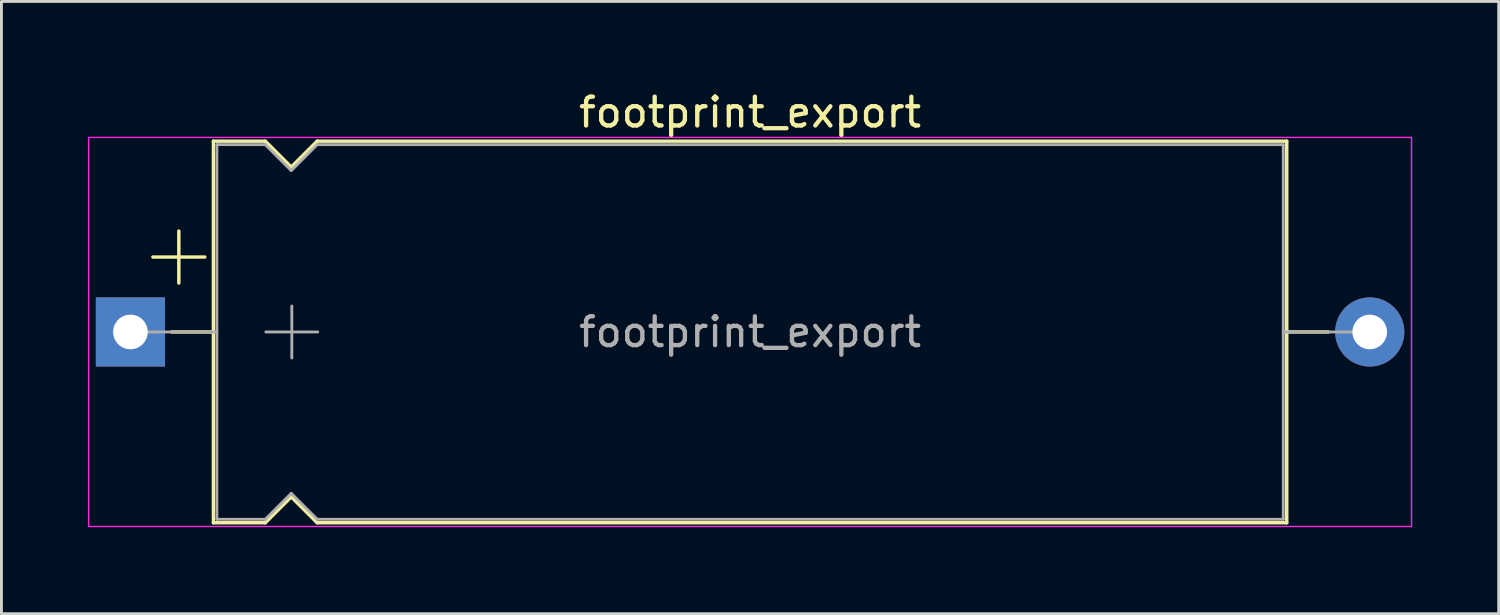
<source format=kicad_pcb>
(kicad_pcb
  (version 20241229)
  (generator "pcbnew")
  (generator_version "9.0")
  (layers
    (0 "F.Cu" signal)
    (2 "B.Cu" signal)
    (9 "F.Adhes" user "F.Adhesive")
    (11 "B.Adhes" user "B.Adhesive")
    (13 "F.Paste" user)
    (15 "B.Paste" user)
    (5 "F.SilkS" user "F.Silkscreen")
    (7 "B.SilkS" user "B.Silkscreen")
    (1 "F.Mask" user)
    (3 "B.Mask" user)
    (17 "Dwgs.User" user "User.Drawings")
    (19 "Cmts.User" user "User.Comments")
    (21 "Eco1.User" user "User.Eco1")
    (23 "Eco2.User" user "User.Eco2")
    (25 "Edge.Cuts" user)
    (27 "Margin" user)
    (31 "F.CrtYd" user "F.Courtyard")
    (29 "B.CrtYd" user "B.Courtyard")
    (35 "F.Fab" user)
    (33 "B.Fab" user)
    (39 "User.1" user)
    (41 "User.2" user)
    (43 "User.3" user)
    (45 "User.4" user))
  (footprint "footprint_export"
    (layer "F.Cu")
    (at 1.475 8.468)
    (property "Reference" "footprint_export" (at 21.5 -7.62 0) (layer "F.SilkS") (effects (font (size 1 1) (thickness 0.15))))
    (attr through_hole)
    (fp_line (start 0.78 -2.6) (end 2.58 -2.6) (stroke (width 0.12) (type solid)) (layer "F.SilkS"))
    (fp_line (start 1.44 0) (end 2.88 0) (stroke (width 0.12) (type solid)) (layer "F.SilkS"))
    (fp_line (start 1.68 -3.5) (end 1.68 -1.7) (stroke (width 0.12) (type solid)) (layer "F.SilkS"))
    (fp_line (start 2.88 -6.62) (end 2.88 6.62) (stroke (width 0.12) (type solid)) (layer "F.SilkS"))
    (fp_line (start 2.88 -6.62) (end 4.68 -6.62) (stroke (width 0.12) (type solid)) (layer "F.SilkS"))
    (fp_line (start 2.88 6.62) (end 4.68 6.62) (stroke (width 0.12) (type solid)) (layer "F.SilkS"))
    (fp_line (start 4.68 -6.62) (end 5.58 -5.72) (stroke (width 0.12) (type solid)) (layer "F.SilkS"))
    (fp_line (start 4.68 6.62) (end 5.58 5.72) (stroke (width 0.12) (type solid)) (layer "F.SilkS"))
    (fp_line (start 5.58 -5.72) (end 6.48 -6.62) (stroke (width 0.12) (type solid)) (layer "F.SilkS"))
    (fp_line (start 5.58 5.72) (end 6.48 6.62) (stroke (width 0.12) (type solid)) (layer "F.SilkS"))
    (fp_line (start 6.48 -6.62) (end 40.12 -6.62) (stroke (width 0.12) (type solid)) (layer "F.SilkS"))
    (fp_line (start 6.48 6.62) (end 40.12 6.62) (stroke (width 0.12) (type solid)) (layer "F.SilkS"))
    (fp_line (start 40.12 -6.62) (end 40.12 6.62) (stroke (width 0.12) (type solid)) (layer "F.SilkS"))
    (fp_line (start 41.56 0) (end 40.12 0) (stroke (width 0.12) (type solid)) (layer "F.SilkS"))
    (fp_line (start -1.45 -6.75) (end -1.45 6.75) (stroke (width 0.05) (type solid)) (layer "F.CrtYd"))
    (fp_line (start -1.45 6.75) (end 44.45 6.75) (stroke (width 0.05) (type solid)) (layer "F.CrtYd"))
    (fp_line (start 44.45 -6.75) (end -1.45 -6.75) (stroke (width 0.05) (type solid)) (layer "F.CrtYd"))
    (fp_line (start 44.45 6.75) (end 44.45 -6.75) (stroke (width 0.05) (type solid)) (layer "F.CrtYd"))
    (fp_line (start 0 0) (end 3 0) (stroke (width 0.1) (type solid)) (layer "F.Fab"))
    (fp_line (start 3 -6.5) (end 3 6.5) (stroke (width 0.1) (type solid)) (layer "F.Fab"))
    (fp_line (start 3 -6.5) (end 4.68 -6.5) (stroke (width 0.1) (type solid)) (layer "F.Fab"))
    (fp_line (start 3 6.5) (end 4.68 6.5) (stroke (width 0.1) (type solid)) (layer "F.Fab"))
    (fp_line (start 4.68 -6.5) (end 5.58 -5.6) (stroke (width 0.1) (type solid)) (layer "F.Fab"))
    (fp_line (start 4.68 6.5) (end 5.58 5.6) (stroke (width 0.1) (type solid)) (layer "F.Fab"))
    (fp_line (start 4.7 0) (end 6.5 0) (stroke (width 0.1) (type solid)) (layer "F.Fab"))
    (fp_line (start 5.58 -5.6) (end 6.48 -6.5) (stroke (width 0.1) (type solid)) (layer "F.Fab"))
    (fp_line (start 5.58 5.6) (end 6.48 6.5) (stroke (width 0.1) (type solid)) (layer "F.Fab"))
    (fp_line (start 5.6 -0.9) (end 5.6 0.9) (stroke (width 0.1) (type solid)) (layer "F.Fab"))
    (fp_line (start 6.48 -6.5) (end 40 -6.5) (stroke (width 0.1) (type solid)) (layer "F.Fab"))
    (fp_line (start 6.48 6.5) (end 40 6.5) (stroke (width 0.1) (type solid)) (layer "F.Fab"))
    (fp_line (start 40 -6.5) (end 40 6.5) (stroke (width 0.1) (type solid)) (layer "F.Fab"))
    (fp_line (start 43 0) (end 40 0) (stroke (width 0.1) (type solid)) (layer "F.Fab"))
    (fp_text user "${REFERENCE}" (at 21.5 0 0) (layer "F.Fab") (effects (font (size 1 1) (thickness 0.15))))
    (pad "1" thru_hole rect (at 0 0) (size 2.4 2.4) (drill 1.2) (layers "*.Cu" "*.Mask"))
    (pad "2" thru_hole oval (at 43 0) (size 2.4 2.4) (drill 1.2) (layers "*.Cu" "*.Mask")))
  (gr_rect
    (start -3 -3)
    (end 48.95 18.243)
    (stroke (width 0.1) (type default))
    (fill no)
    (layer "Edge.Cuts")))
</source>
